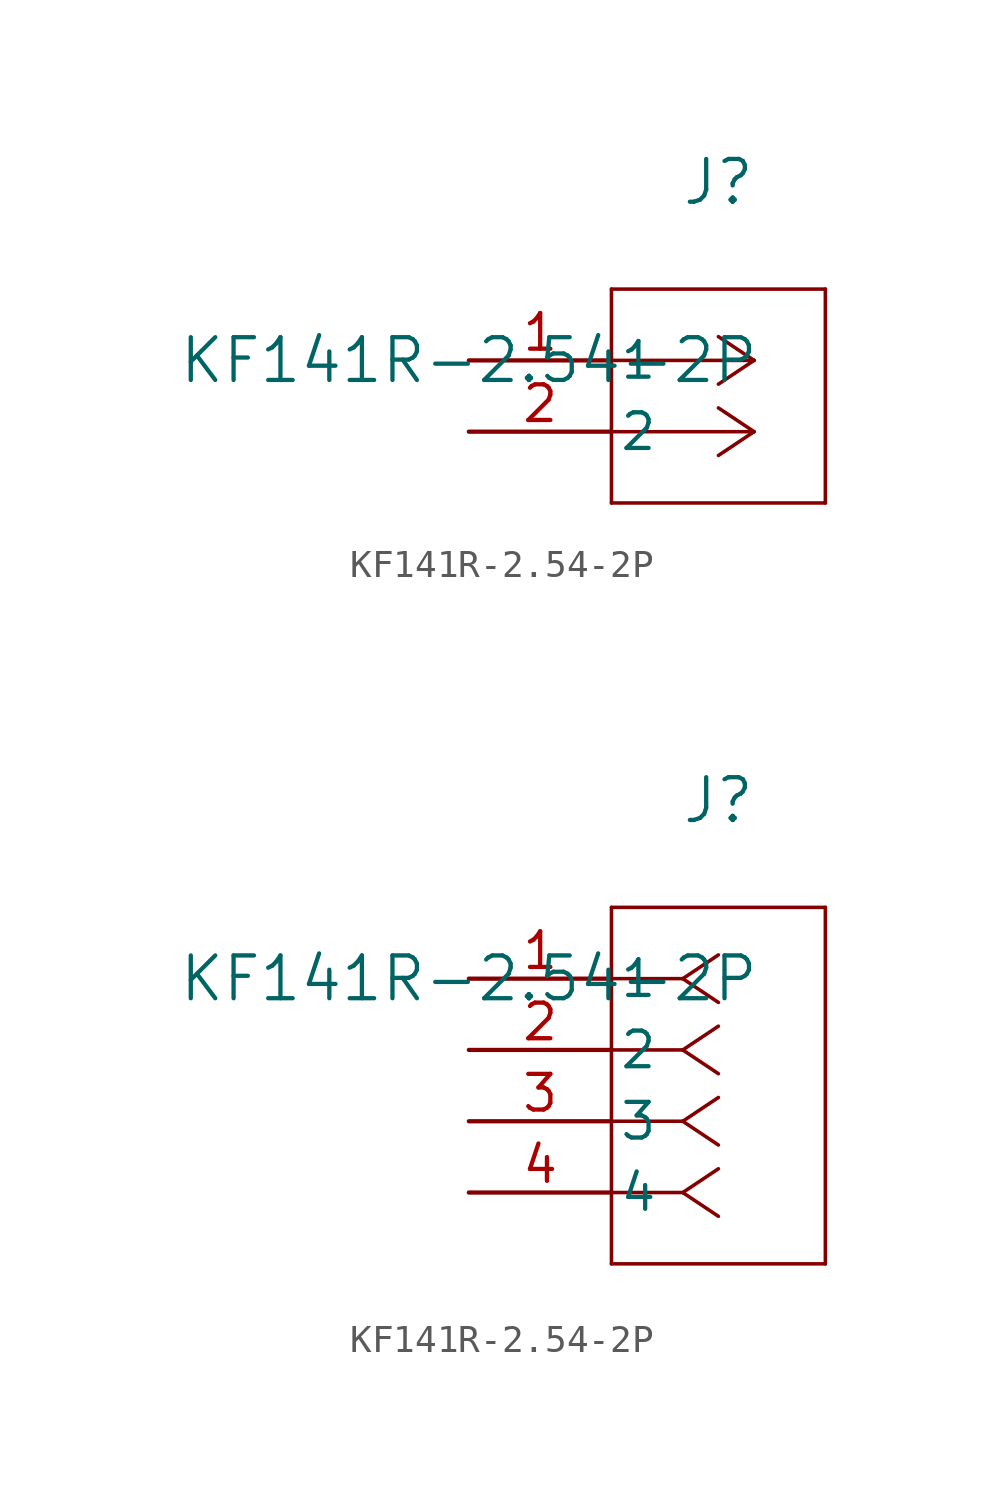
<source format=kicad_sym>
(kicad_symbol_lib
  (version 20220914)
  (generator kicad_symbol_editor)
  (symbol "KF141R-2.54-2P"
    (pin_names
      (offset 0.254))
    (property "Reference" "J"
      (at 8.89 6.35 0)
      (effects (font (size 1.524 1.524))))
    (property "Value" "KF141R-2.54-2P"
      (at 0 0 0)
      (effects (font (size 1.524 1.524))))
    (property "ki_locked" ""
      (at 0 0 0)
      (effects (font (size 1.27 1.27))))
    (symbol "KF141R-2.54-2P_1_1"
      (polyline (pts (xy 5.08 -5.08) (xy 12.7 -5.08)) (stroke (width 0.127) (type default)) (fill (type none)))
      (polyline (pts (xy 5.08 2.54) (xy 5.08 -5.08)) (stroke (width 0.127) (type default)) (fill (type none)))
      (polyline (pts (xy 10.16 -2.54) (xy 5.08 -2.54)) (stroke (width 0.127) (type default)) (fill (type none)))
      (polyline (pts (xy 10.16 -2.54) (xy 8.89 -3.387)) (stroke (width 0.127) (type default)) (fill (type none)))
      (polyline (pts (xy 10.16 -2.54) (xy 8.89 -1.693)) (stroke (width 0.127) (type default)) (fill (type none)))
      (polyline (pts (xy 10.16 0) (xy 5.08 0)) (stroke (width 0.127) (type default)) (fill (type none)))
      (polyline (pts (xy 10.16 0) (xy 8.89 -0.847)) (stroke (width 0.127) (type default)) (fill (type none)))
      (polyline (pts (xy 10.16 0) (xy 8.89 0.847)) (stroke (width 0.127) (type default)) (fill (type none)))
      (polyline (pts (xy 12.7 -5.08) (xy 12.7 2.54)) (stroke (width 0.127) (type default)) (fill (type none)))
      (polyline (pts (xy 12.7 2.54) (xy 5.08 2.54)) (stroke (width 0.127) (type default)) (fill (type none)))
      (pin unspecified line (at 0 0 0) (length 5.08) (name "1" (effects (font (size 1.27 1.27)))) (number "1" (effects (font (size 1.27 1.27)))))
      (pin unspecified line (at 0 -2.54 0) (length 5.08) (name "2" (effects (font (size 1.27 1.27)))) (number "2" (effects (font (size 1.27 1.27))))))
    (symbol "KF141R-2.54-2P_1_2"
      (polyline (pts (xy 5.08 -10.16) (xy 12.7 -10.16)) (stroke (width 0.127) (type default)) (fill (type none)))
      (polyline (pts (xy 5.08 2.54) (xy 5.08 -10.16)) (stroke (width 0.127) (type default)) (fill (type none)))
      (polyline (pts (xy 7.62 -7.62) (xy 5.08 -7.62)) (stroke (width 0.127) (type default)) (fill (type none)))
      (polyline (pts (xy 7.62 -7.62) (xy 8.89 -8.467)) (stroke (width 0.127) (type default)) (fill (type none)))
      (polyline (pts (xy 7.62 -7.62) (xy 8.89 -6.773)) (stroke (width 0.127) (type default)) (fill (type none)))
      (polyline (pts (xy 7.62 -5.08) (xy 5.08 -5.08)) (stroke (width 0.127) (type default)) (fill (type none)))
      (polyline (pts (xy 7.62 -5.08) (xy 8.89 -5.927)) (stroke (width 0.127) (type default)) (fill (type none)))
      (polyline (pts (xy 7.62 -5.08) (xy 8.89 -4.233)) (stroke (width 0.127) (type default)) (fill (type none)))
      (polyline (pts (xy 7.62 -2.54) (xy 5.08 -2.54)) (stroke (width 0.127) (type default)) (fill (type none)))
      (polyline (pts (xy 7.62 -2.54) (xy 8.89 -3.387)) (stroke (width 0.127) (type default)) (fill (type none)))
      (polyline (pts (xy 7.62 -2.54) (xy 8.89 -1.693)) (stroke (width 0.127) (type default)) (fill (type none)))
      (polyline (pts (xy 7.62 0) (xy 5.08 0)) (stroke (width 0.127) (type default)) (fill (type none)))
      (polyline (pts (xy 7.62 0) (xy 8.89 -0.847)) (stroke (width 0.127) (type default)) (fill (type none)))
      (polyline (pts (xy 7.62 0) (xy 8.89 0.847)) (stroke (width 0.127) (type default)) (fill (type none)))
      (polyline (pts (xy 12.7 -10.16) (xy 12.7 2.54)) (stroke (width 0.127) (type default)) (fill (type none)))
      (polyline (pts (xy 12.7 2.54) (xy 5.08 2.54)) (stroke (width 0.127) (type default)) (fill (type none)))
      (pin unspecified line (at 0 0 0) (length 5.08) (name "1" (effects (font (size 1.27 1.27)))) (number "1" (effects (font (size 1.27 1.27)))))
      (pin unspecified line (at 0 -2.54 0) (length 5.08) (name "2" (effects (font (size 1.27 1.27)))) (number "2" (effects (font (size 1.27 1.27)))))
      (pin unspecified line (at 0 -5.08 0) (length 5.08) (name "3" (effects (font (size 1.27 1.27)))) (number "3" (effects (font (size 1.27 1.27)))))
      (pin unspecified line (at 0 -7.62 0) (length 5.08) (name "4" (effects (font (size 1.27 1.27)))) (number "4" (effects (font (size 1.27 1.27))))))))
</source>
